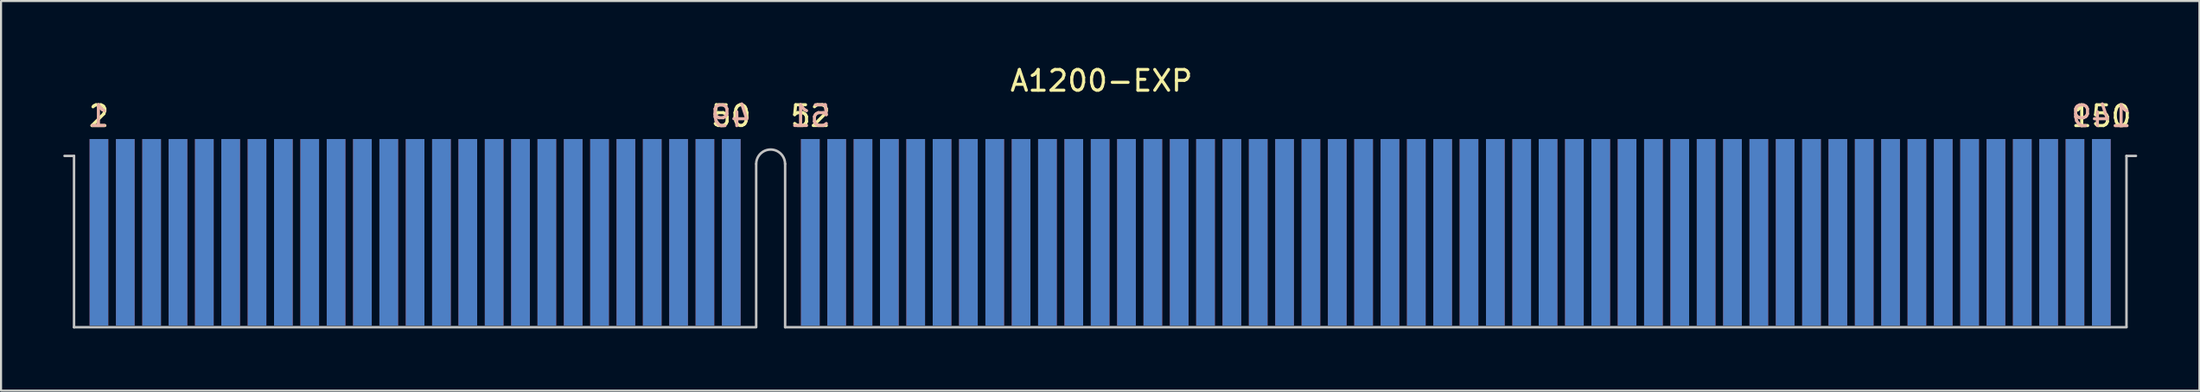
<source format=kicad_pcb>
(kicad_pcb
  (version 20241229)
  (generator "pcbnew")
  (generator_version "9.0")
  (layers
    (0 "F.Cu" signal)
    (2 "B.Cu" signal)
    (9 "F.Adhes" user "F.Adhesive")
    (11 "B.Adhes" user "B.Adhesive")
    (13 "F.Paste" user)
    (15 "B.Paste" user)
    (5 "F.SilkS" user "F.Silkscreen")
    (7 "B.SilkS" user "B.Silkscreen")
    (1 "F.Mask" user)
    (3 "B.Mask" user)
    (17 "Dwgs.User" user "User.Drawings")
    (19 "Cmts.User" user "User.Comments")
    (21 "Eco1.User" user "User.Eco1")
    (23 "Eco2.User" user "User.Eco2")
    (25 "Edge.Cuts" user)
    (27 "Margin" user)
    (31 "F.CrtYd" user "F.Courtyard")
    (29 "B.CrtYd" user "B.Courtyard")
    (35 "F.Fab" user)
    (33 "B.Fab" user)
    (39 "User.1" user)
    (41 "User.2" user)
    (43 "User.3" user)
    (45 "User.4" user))
  (footprint "A1200-EXP"
    (layer "F.Cu")
    (at 49.979 8.161)
    (property "Reference" "A1200-EXP" (at 0.061 -7.313 0) (layer "F.SilkS") (effects (font (size 1 1) (thickness 0.15))))
    (attr smd)
    (fp_line (start -49.461 -3.688) (end -49.919 -3.688) (stroke (width 0.12) (type solid)) (layer "Dwgs.User"))
    (fp_line (start -49.461 -3.688) (end -49.461 4.58) (stroke (width 0.12) (type solid)) (layer "Dwgs.User"))
    (fp_line (start -49.461 4.58) (end -16.579 4.58) (stroke (width 0.12) (type solid)) (layer "Dwgs.User"))
    (fp_line (start -16.579 -3.292) (end -16.579 4.552) (stroke (width 0.12) (type solid)) (layer "Dwgs.User"))
    (fp_line (start -15.184 -3.302) (end -15.184 4.577) (stroke (width 0.12) (type solid)) (layer "Dwgs.User"))
    (fp_line (start -15.184 4.58) (end 49.472 4.58) (stroke (width 0.12) (type solid)) (layer "Dwgs.User"))
    (fp_line (start 49.472 -3.688) (end 49.472 4.567) (stroke (width 0.12) (type solid)) (layer "Dwgs.User"))
    (fp_line (start 49.929 -3.688) (end 49.472 -3.688) (stroke (width 0.12) (type solid)) (layer "Dwgs.User"))
    (fp_arc (start -16.578088 -3.30708) (mid -15.88262 -4.002548) (end -15.187152 -3.30708) (stroke (width 0.12) (type solid)) (layer "Dwgs.User"))
    (fp_text user "50" (at -17.79 -5.611 0) (layer "F.SilkS") (effects (font (size 1 1) (thickness 0.15))))
    (fp_text user "150" (at 48.268 -5.606 0) (layer "F.SilkS") (effects (font (size 1 1) (thickness 0.15))))
    (fp_text user "52" (at -13.962 -5.611 0) (layer "F.SilkS") (effects (font (size 1 1) (thickness 0.15))))
    (fp_text user "2" (at -48.26 -5.608 180) (layer "F.SilkS") (effects (font (size 1 1) (thickness 0.15))))
    (fp_text user "49" (at -17.798 -5.603 0) (layer "B.SilkS") (effects (font (size 1 1) (thickness 0.15)) (justify mirror)))
    (fp_text user "51" (at -13.962 -5.611 0) (layer "B.SilkS") (effects (font (size 1 1) (thickness 0.15)) (justify mirror)))
    (fp_text user "1" (at -48.285 -5.611 0) (layer "B.SilkS") (effects (font (size 1 1) (thickness 0.15)) (justify mirror)))
    (fp_text user "149" (at 48.26 -5.603 0) (layer "B.SilkS") (effects (font (size 1 1) (thickness 0.15)) (justify mirror)))
    (pad "0" smd rect (at -48.26 0) (size 0.001 0.001) (layers "F.Cu" "F.Mask" "F.Paste"))
    (pad "0" smd rect (at -48.26 0) (size 0.001 0.001) (layers "B.Cu" "B.Mask" "B.Paste"))
    (pad "0" smd rect (at 48.26 0) (size 0.001 0.001) (layers "F.Cu" "F.Mask" "F.Paste"))
    (pad "0" smd rect (at 48.26 0) (size 0.001 0.001) (layers "B.Cu" "B.Mask" "B.Paste"))
    (pad "1" smd rect (at -48.26 0) (size 0.9 9) (layers "B.Cu" "B.Mask" "B.Paste"))
    (pad "2" smd rect (at -48.26 0) (size 0.9 9) (layers "F.Cu" "F.Mask" "F.Paste"))
    (pad "3" smd rect (at -46.99 0) (size 0.9 9) (layers "B.Cu" "B.Mask" "B.Paste"))
    (pad "4" smd rect (at -46.99 0) (size 0.9 9) (layers "F.Cu" "F.Mask" "F.Paste"))
    (pad "5" smd rect (at -45.72 0) (size 0.9 9) (layers "B.Cu" "B.Mask" "B.Paste"))
    (pad "6" smd rect (at -45.72 0) (size 0.9 9) (layers "F.Cu" "F.Mask" "F.Paste"))
    (pad "7" smd rect (at -44.45 0) (size 0.9 9) (layers "B.Cu" "B.Mask" "B.Paste"))
    (pad "8" smd rect (at -44.45 0) (size 0.9 9) (layers "F.Cu" "F.Mask" "F.Paste"))
    (pad "9" smd rect (at -43.18 0) (size 0.9 9) (layers "B.Cu" "B.Mask" "B.Paste"))
    (pad "10" smd rect (at -43.18 0) (size 0.9 9) (layers "F.Cu" "F.Mask" "F.Paste"))
    (pad "11" smd rect (at -41.91 0) (size 0.9 9) (layers "B.Cu" "B.Mask" "B.Paste"))
    (pad "12" smd rect (at -41.91 0) (size 0.9 9) (layers "F.Cu" "F.Mask" "F.Paste"))
    (pad "13" smd rect (at -40.64 0) (size 0.9 9) (layers "B.Cu" "B.Mask" "B.Paste"))
    (pad "14" smd rect (at -40.64 0) (size 0.9 9) (layers "F.Cu" "F.Mask" "F.Paste"))
    (pad "15" smd rect (at -39.37 0) (size 0.9 9) (layers "B.Cu" "B.Mask" "B.Paste"))
    (pad "16" smd rect (at -39.37 0) (size 0.9 9) (layers "F.Cu" "F.Mask" "F.Paste"))
    (pad "17" smd rect (at -38.1 0) (size 0.9 9) (layers "B.Cu" "B.Mask" "B.Paste"))
    (pad "18" smd rect (at -38.1 0) (size 0.9 9) (layers "F.Cu" "F.Mask" "F.Paste"))
    (pad "19" smd rect (at -36.83 0) (size 0.9 9) (layers "B.Cu" "B.Mask" "B.Paste"))
    (pad "20" smd rect (at -36.83 0) (size 0.9 9) (layers "F.Cu" "F.Mask" "F.Paste"))
    (pad "21" smd rect (at -35.56 0) (size 0.9 9) (layers "B.Cu" "B.Mask" "B.Paste"))
    (pad "22" smd rect (at -35.56 0) (size 0.9 9) (layers "F.Cu" "F.Mask" "F.Paste"))
    (pad "23" smd rect (at -34.29 0) (size 0.9 9) (layers "B.Cu" "B.Mask" "B.Paste"))
    (pad "24" smd rect (at -34.29 0) (size 0.9 9) (layers "F.Cu" "F.Mask" "F.Paste"))
    (pad "25" smd rect (at -33.02 0) (size 0.9 9) (layers "B.Cu" "B.Mask" "B.Paste"))
    (pad "26" smd rect (at -33.02 0) (size 0.9 9) (layers "F.Cu" "F.Mask" "F.Paste"))
    (pad "27" smd rect (at -31.75 0) (size 0.9 9) (layers "B.Cu" "B.Mask" "B.Paste"))
    (pad "28" smd rect (at -31.75 0) (size 0.9 9) (layers "F.Cu" "F.Mask" "F.Paste"))
    (pad "29" smd rect (at -30.48 0) (size 0.9 9) (layers "B.Cu" "B.Mask" "B.Paste"))
    (pad "30" smd rect (at -30.48 0) (size 0.9 9) (layers "F.Cu" "F.Mask" "F.Paste"))
    (pad "31" smd rect (at -29.21 0) (size 0.9 9) (layers "B.Cu" "B.Mask" "B.Paste"))
    (pad "32" smd rect (at -29.21 0) (size 0.9 9) (layers "F.Cu" "F.Mask" "F.Paste"))
    (pad "33" smd rect (at -27.94 0) (size 0.9 9) (layers "B.Cu" "B.Mask" "B.Paste"))
    (pad "34" smd rect (at -27.94 0) (size 0.9 9) (layers "F.Cu" "F.Mask" "F.Paste"))
    (pad "35" smd rect (at -26.67 0) (size 0.9 9) (layers "B.Cu" "B.Mask" "B.Paste"))
    (pad "36" smd rect (at -26.67 0) (size 0.9 9) (layers "F.Cu" "F.Mask" "F.Paste"))
    (pad "37" smd rect (at -25.4 0) (size 0.9 9) (layers "B.Cu" "B.Mask" "B.Paste"))
    (pad "38" smd rect (at -25.4 0) (size 0.9 9) (layers "F.Cu" "F.Mask" "F.Paste"))
    (pad "39" smd rect (at -24.13 0) (size 0.9 9) (layers "B.Cu" "B.Mask" "B.Paste"))
    (pad "40" smd rect (at -24.13 0) (size 0.9 9) (layers "F.Cu" "F.Mask" "F.Paste"))
    (pad "41" smd rect (at -22.86 0) (size 0.9 9) (layers "B.Cu" "B.Mask" "B.Paste"))
    (pad "42" smd rect (at -22.86 0) (size 0.9 9) (layers "F.Cu" "F.Mask" "F.Paste"))
    (pad "43" smd rect (at -21.59 0) (size 0.9 9) (layers "B.Cu" "B.Mask" "B.Paste"))
    (pad "44" smd rect (at -21.59 0) (size 0.9 9) (layers "F.Cu" "F.Mask" "F.Paste"))
    (pad "45" smd rect (at -20.32 0) (size 0.9 9) (layers "B.Cu" "B.Mask" "B.Paste"))
    (pad "46" smd rect (at -20.32 0) (size 0.9 9) (layers "F.Cu" "F.Mask" "F.Paste"))
    (pad "47" smd rect (at -19.05 0) (size 0.9 9) (layers "B.Cu" "B.Mask" "B.Paste"))
    (pad "48" smd rect (at -19.05 0) (size 0.9 9) (layers "F.Cu" "F.Mask" "F.Paste"))
    (pad "49" smd rect (at -17.78 0) (size 0.9 9) (layers "B.Cu" "B.Mask" "B.Paste"))
    (pad "50" smd rect (at -17.78 0) (size 0.9 9) (layers "F.Cu" "F.Mask" "F.Paste"))
    (pad "51" smd rect (at -13.97 0) (size 0.9 9) (layers "B.Cu" "B.Mask" "B.Paste"))
    (pad "52" smd rect (at -13.97 0) (size 0.9 9) (layers "F.Cu" "F.Mask" "F.Paste"))
    (pad "53" smd rect (at -12.7 0) (size 0.9 9) (layers "B.Cu" "B.Mask" "B.Paste"))
    (pad "54" smd rect (at -12.7 0) (size 0.9 9) (layers "F.Cu" "F.Mask" "F.Paste"))
    (pad "55" smd rect (at -11.43 0) (size 0.9 9) (layers "B.Cu" "B.Mask" "B.Paste"))
    (pad "56" smd rect (at -11.43 0) (size 0.9 9) (layers "F.Cu" "F.Mask" "F.Paste"))
    (pad "57" smd rect (at -10.16 0) (size 0.9 9) (layers "B.Cu" "B.Mask" "B.Paste"))
    (pad "58" smd rect (at -10.16 0) (size 0.9 9) (layers "F.Cu" "F.Mask" "F.Paste"))
    (pad "59" smd rect (at -8.89 0) (size 0.9 9) (layers "B.Cu" "B.Mask" "B.Paste"))
    (pad "60" smd rect (at -8.89 0) (size 0.9 9) (layers "F.Cu" "F.Mask" "F.Paste"))
    (pad "61" smd rect (at -7.62 0) (size 0.9 9) (layers "B.Cu" "B.Mask" "B.Paste"))
    (pad "62" smd rect (at -7.62 0) (size 0.9 9) (layers "F.Cu" "F.Mask" "F.Paste"))
    (pad "63" smd rect (at -6.35 0) (size 0.9 9) (layers "B.Cu" "B.Mask" "B.Paste"))
    (pad "64" smd rect (at -6.35 0) (size 0.9 9) (layers "F.Cu" "F.Mask" "F.Paste"))
    (pad "65" smd rect (at -5.08 0) (size 0.9 9) (layers "B.Cu" "B.Mask" "B.Paste"))
    (pad "66" smd rect (at -5.08 0) (size 0.9 9) (layers "F.Cu" "F.Mask" "F.Paste"))
    (pad "67" smd rect (at -3.81 0) (size 0.9 9) (layers "B.Cu" "B.Mask" "B.Paste"))
    (pad "68" smd rect (at -3.81 0) (size 0.9 9) (layers "F.Cu" "F.Mask" "F.Paste"))
    (pad "69" smd rect (at -2.54 0) (size 0.9 9) (layers "B.Cu" "B.Mask" "B.Paste"))
    (pad "70" smd rect (at -2.54 0) (size 0.9 9) (layers "F.Cu" "F.Mask" "F.Paste"))
    (pad "71" smd rect (at -1.27 0) (size 0.9 9) (layers "B.Cu" "B.Mask" "B.Paste"))
    (pad "72" smd rect (at -1.27 0) (size 0.9 9) (layers "F.Cu" "F.Mask" "F.Paste"))
    (pad "73" smd rect (at 0 0) (size 0.9 9) (layers "B.Cu" "B.Mask" "B.Paste"))
    (pad "74" smd rect (at 0 0) (size 0.9 9) (layers "F.Cu" "F.Mask" "F.Paste"))
    (pad "75" smd rect (at 1.27 0) (size 0.9 9) (layers "B.Cu" "B.Mask" "B.Paste"))
    (pad "76" smd rect (at 1.27 0) (size 0.9 9) (layers "F.Cu" "F.Mask" "F.Paste"))
    (pad "77" smd rect (at 2.54 0) (size 0.9 9) (layers "B.Cu" "B.Mask" "B.Paste"))
    (pad "78" smd rect (at 2.54 0) (size 0.9 9) (layers "F.Cu" "F.Mask" "F.Paste"))
    (pad "79" smd rect (at 3.81 0) (size 0.9 9) (layers "B.Cu" "B.Mask" "B.Paste"))
    (pad "80" smd rect (at 3.81 0) (size 0.9 9) (layers "F.Cu" "F.Mask" "F.Paste"))
    (pad "81" smd rect (at 5.08 0) (size 0.9 9) (layers "B.Cu" "B.Mask" "B.Paste"))
    (pad "82" smd rect (at 5.08 0) (size 0.9 9) (layers "F.Cu" "F.Mask" "F.Paste"))
    (pad "83" smd rect (at 6.35 0) (size 0.9 9) (layers "B.Cu" "B.Mask" "B.Paste"))
    (pad "84" smd rect (at 6.35 0) (size 0.9 9) (layers "F.Cu" "F.Mask" "F.Paste"))
    (pad "85" smd rect (at 7.62 0) (size 0.9 9) (layers "B.Cu" "B.Mask" "B.Paste"))
    (pad "86" smd rect (at 7.62 0) (size 0.9 9) (layers "F.Cu" "F.Mask" "F.Paste"))
    (pad "87" smd rect (at 8.89 0) (size 0.9 9) (layers "B.Cu" "B.Mask" "B.Paste"))
    (pad "88" smd rect (at 8.89 0) (size 0.9 9) (layers "F.Cu" "F.Mask" "F.Paste"))
    (pad "89" smd rect (at 10.16 0) (size 0.9 9) (layers "B.Cu" "B.Mask" "B.Paste"))
    (pad "90" smd rect (at 10.16 0) (size 0.9 9) (layers "F.Cu" "F.Mask" "F.Paste"))
    (pad "91" smd rect (at 11.43 0) (size 0.9 9) (layers "B.Cu" "B.Mask" "B.Paste"))
    (pad "92" smd rect (at 11.43 0) (size 0.9 9) (layers "F.Cu" "F.Mask" "F.Paste"))
    (pad "93" smd rect (at 12.7 0) (size 0.9 9) (layers "B.Cu" "B.Mask" "B.Paste"))
    (pad "94" smd rect (at 12.7 0) (size 0.9 9) (layers "F.Cu" "F.Mask" "F.Paste"))
    (pad "95" smd rect (at 13.97 0) (size 0.9 9) (layers "B.Cu" "B.Mask" "B.Paste"))
    (pad "96" smd rect (at 13.97 0) (size 0.9 9) (layers "F.Cu" "F.Mask" "F.Paste"))
    (pad "97" smd rect (at 15.24 0) (size 0.9 9) (layers "B.Cu" "B.Mask" "B.Paste"))
    (pad "98" smd rect (at 15.24 0) (size 0.9 9) (layers "F.Cu" "F.Mask" "F.Paste"))
    (pad "99" smd rect (at 16.51 0) (size 0.9 9) (layers "B.Cu" "B.Mask" "B.Paste"))
    (pad "100" smd rect (at 16.51 0) (size 0.9 9) (layers "F.Cu" "F.Mask" "F.Paste"))
    (pad "101" smd rect (at 17.78 0) (size 0.9 9) (layers "B.Cu" "B.Mask" "B.Paste"))
    (pad "102" smd rect (at 17.78 0) (size 0.9 9) (layers "F.Cu" "F.Mask" "F.Paste"))
    (pad "103" smd rect (at 19.05 0) (size 0.9 9) (layers "B.Cu" "B.Mask" "B.Paste"))
    (pad "104" smd rect (at 19.05 0) (size 0.9 9) (layers "F.Cu" "F.Mask" "F.Paste"))
    (pad "105" smd rect (at 20.32 0) (size 0.9 9) (layers "B.Cu" "B.Mask" "B.Paste"))
    (pad "106" smd rect (at 20.32 0) (size 0.9 9) (layers "F.Cu" "F.Mask" "F.Paste"))
    (pad "107" smd rect (at 21.59 0) (size 0.9 9) (layers "B.Cu" "B.Mask" "B.Paste"))
    (pad "108" smd rect (at 21.59 0) (size 0.9 9) (layers "F.Cu" "F.Mask" "F.Paste"))
    (pad "109" smd rect (at 22.86 0) (size 0.9 9) (layers "B.Cu" "B.Mask" "B.Paste"))
    (pad "110" smd rect (at 22.86 0) (size 0.9 9) (layers "F.Cu" "F.Mask" "F.Paste"))
    (pad "111" smd rect (at 24.13 0) (size 0.9 9) (layers "B.Cu" "B.Mask" "B.Paste"))
    (pad "112" smd rect (at 24.13 0) (size 0.9 9) (layers "F.Cu" "F.Mask" "F.Paste"))
    (pad "113" smd rect (at 25.4 0) (size 0.9 9) (layers "B.Cu" "B.Mask" "B.Paste"))
    (pad "114" smd rect (at 25.4 0) (size 0.9 9) (layers "F.Cu" "F.Mask" "F.Paste"))
    (pad "115" smd rect (at 26.67 0) (size 0.9 9) (layers "B.Cu" "B.Mask" "B.Paste"))
    (pad "116" smd rect (at 26.67 0) (size 0.9 9) (layers "F.Cu" "F.Mask" "F.Paste"))
    (pad "117" smd rect (at 27.94 0) (size 0.9 9) (layers "B.Cu" "B.Mask" "B.Paste"))
    (pad "118" smd rect (at 27.94 0) (size 0.9 9) (layers "F.Cu" "F.Mask" "F.Paste"))
    (pad "119" smd rect (at 29.21 0) (size 0.9 9) (layers "B.Cu" "B.Mask" "B.Paste"))
    (pad "120" smd rect (at 29.21 0) (size 0.9 9) (layers "F.Cu" "F.Mask" "F.Paste"))
    (pad "121" smd rect (at 30.48 0) (size 0.9 9) (layers "B.Cu" "B.Mask" "B.Paste"))
    (pad "122" smd rect (at 30.48 0) (size 0.9 9) (layers "F.Cu" "F.Mask" "F.Paste"))
    (pad "123" smd rect (at 31.75 0) (size 0.9 9) (layers "B.Cu" "B.Mask" "B.Paste"))
    (pad "124" smd rect (at 31.75 0) (size 0.9 9) (layers "F.Cu" "F.Mask" "F.Paste"))
    (pad "125" smd rect (at 33.02 0) (size 0.9 9) (layers "B.Cu" "B.Mask" "B.Paste"))
    (pad "126" smd rect (at 33.02 0) (size 0.9 9) (layers "F.Cu" "F.Mask" "F.Paste"))
    (pad "127" smd rect (at 34.29 0) (size 0.9 9) (layers "B.Cu" "B.Mask" "B.Paste"))
    (pad "128" smd rect (at 34.29 0) (size 0.9 9) (layers "F.Cu" "F.Mask" "F.Paste"))
    (pad "129" smd rect (at 35.56 0) (size 0.9 9) (layers "B.Cu" "B.Mask" "B.Paste"))
    (pad "130" smd rect (at 35.56 0) (size 0.9 9) (layers "F.Cu" "F.Mask" "F.Paste"))
    (pad "131" smd rect (at 36.83 0) (size 0.9 9) (layers "B.Cu" "B.Mask" "B.Paste"))
    (pad "132" smd rect (at 36.83 0) (size 0.9 9) (layers "F.Cu" "F.Mask" "F.Paste"))
    (pad "133" smd rect (at 38.1 0) (size 0.9 9) (layers "B.Cu" "B.Mask" "B.Paste"))
    (pad "134" smd rect (at 38.1 0) (size 0.9 9) (layers "F.Cu" "F.Mask" "F.Paste"))
    (pad "135" smd rect (at 39.37 0) (size 0.9 9) (layers "B.Cu" "B.Mask" "B.Paste"))
    (pad "136" smd rect (at 39.37 0) (size 0.9 9) (layers "F.Cu" "F.Mask" "F.Paste"))
    (pad "137" smd rect (at 40.64 0) (size 0.9 9) (layers "B.Cu" "B.Mask" "B.Paste"))
    (pad "138" smd rect (at 40.64 0) (size 0.9 9) (layers "F.Cu" "F.Mask" "F.Paste"))
    (pad "139" smd rect (at 41.91 0) (size 0.9 9) (layers "B.Cu" "B.Mask" "B.Paste"))
    (pad "140" smd rect (at 41.91 0) (size 0.9 9) (layers "F.Cu" "F.Mask" "F.Paste"))
    (pad "141" smd rect (at 43.18 0) (size 0.9 9) (layers "B.Cu" "B.Mask" "B.Paste"))
    (pad "142" smd rect (at 43.18 0) (size 0.9 9) (layers "F.Cu" "F.Mask" "F.Paste"))
    (pad "143" smd rect (at 44.45 0) (size 0.9 9) (layers "B.Cu" "B.Mask" "B.Paste"))
    (pad "144" smd rect (at 44.45 0) (size 0.9 9) (layers "F.Cu" "F.Mask" "F.Paste"))
    (pad "145" smd rect (at 45.72 0) (size 0.9 9) (layers "B.Cu" "B.Mask" "B.Paste"))
    (pad "146" smd rect (at 45.72 0) (size 0.9 9) (layers "F.Cu" "F.Mask" "F.Paste"))
    (pad "147" smd rect (at 46.99 0) (size 0.9 9) (layers "B.Cu" "B.Mask" "B.Paste"))
    (pad "148" smd rect (at 46.99 0) (size 0.9 9) (layers "F.Cu" "F.Mask" "F.Paste"))
    (pad "149" smd rect (at 48.26 0) (size 0.9 9) (layers "B.Cu" "B.Mask" "B.Paste"))
    (pad "150" smd rect (at 48.26 0) (size 0.9 9) (layers "F.Cu" "F.Mask" "F.Paste")))
  (gr_rect
    (start -3 -3)
    (end 102.967 15.801)
    (stroke (width 0.1) (type default))
    (fill no)
    (layer "Edge.Cuts")))
</source>
